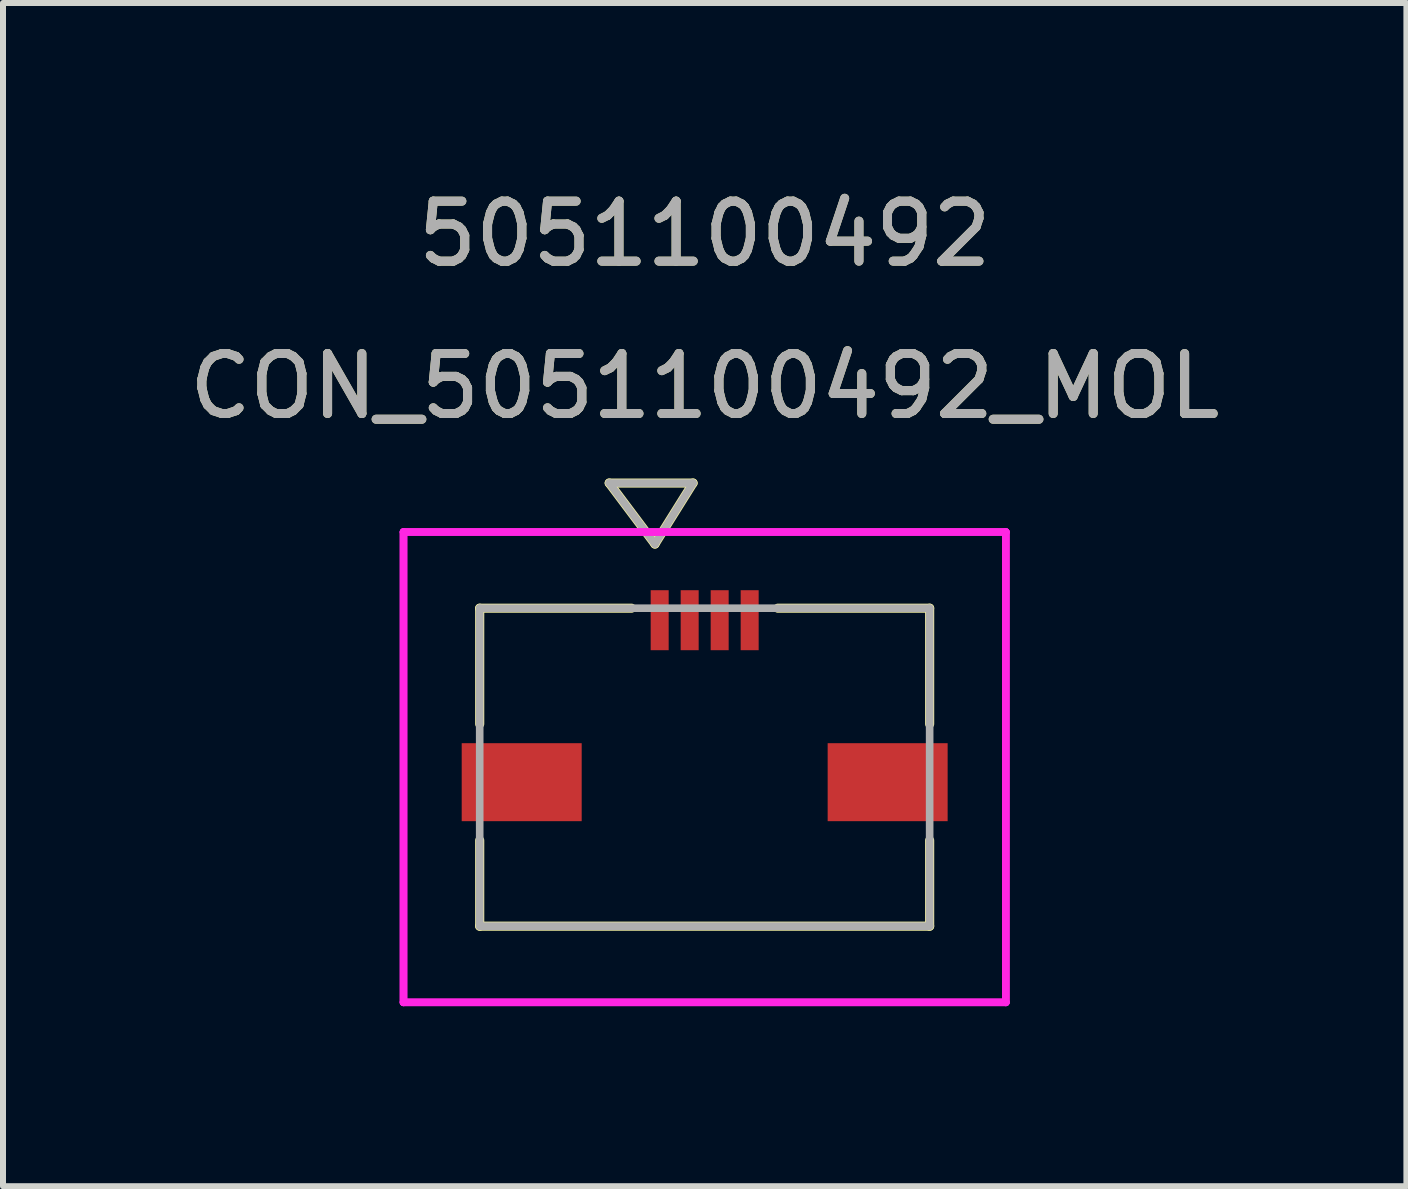
<source format=kicad_pcb>
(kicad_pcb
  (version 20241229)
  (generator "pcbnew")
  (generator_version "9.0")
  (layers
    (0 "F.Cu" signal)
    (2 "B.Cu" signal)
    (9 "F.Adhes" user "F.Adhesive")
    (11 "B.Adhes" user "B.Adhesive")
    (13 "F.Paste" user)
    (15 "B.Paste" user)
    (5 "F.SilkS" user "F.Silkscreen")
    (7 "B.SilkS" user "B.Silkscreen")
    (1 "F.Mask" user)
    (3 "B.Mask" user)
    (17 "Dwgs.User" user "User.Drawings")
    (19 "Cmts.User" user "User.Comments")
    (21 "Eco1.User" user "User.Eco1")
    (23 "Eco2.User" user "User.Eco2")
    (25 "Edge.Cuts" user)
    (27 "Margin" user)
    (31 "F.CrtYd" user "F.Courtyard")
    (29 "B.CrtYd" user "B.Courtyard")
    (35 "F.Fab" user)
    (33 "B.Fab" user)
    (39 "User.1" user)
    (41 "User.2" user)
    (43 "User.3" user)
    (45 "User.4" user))
  (footprint "CON_5051100492_MOL"
    (layer "F.Cu")
    (at 8.696 9.738)
    (property "Reference" "CON_5051100492_MOL" (at 0 -6.35 0) (unlocked yes) (layer "F.SilkS") (effects (font (size 1 1) (thickness 0.15))))
    (attr smd)
    (fp_line (start -3.75 -2.65) (end -3.75 -0.72) (stroke (width 0.152) (type solid)) (layer "F.SilkS"))
    (fp_line (start -3.75 1.22) (end -3.75 2.65) (stroke (width 0.152) (type solid)) (layer "F.SilkS"))
    (fp_line (start -3.75 2.65) (end 3.75 2.65) (stroke (width 0.152) (type solid)) (layer "F.SilkS"))
    (fp_line (start -1.591 -4.736) (end -0.829 -3.72) (stroke (width 0.152) (type solid)) (layer "F.SilkS"))
    (fp_line (start -1.591 -4.736) (end -0.194 -4.736) (stroke (width 0.152) (type solid)) (layer "F.SilkS"))
    (fp_line (start -1.22 -2.65) (end -3.75 -2.65) (stroke (width 0.152) (type solid)) (layer "F.SilkS"))
    (fp_line (start -0.194 -4.736) (end -0.829 -3.72) (stroke (width 0.152) (type solid)) (layer "F.SilkS"))
    (fp_line (start 3.75 -2.65) (end 1.22 -2.65) (stroke (width 0.152) (type solid)) (layer "F.SilkS"))
    (fp_line (start 3.75 -0.72) (end 3.75 -2.65) (stroke (width 0.152) (type solid)) (layer "F.SilkS"))
    (fp_line (start 3.75 2.65) (end 3.75 1.22) (stroke (width 0.152) (type solid)) (layer "F.SilkS"))
    (fp_line (start -5.02 -3.92) (end -5.02 3.92) (stroke (width 0.127) (type solid)) (layer "F.CrtYd"))
    (fp_line (start -5.02 -3.92) (end -5.02 3.92) (stroke (width 0.127) (type solid)) (layer "F.CrtYd"))
    (fp_line (start -5.02 3.92) (end 5.02 3.92) (stroke (width 0.127) (type solid)) (layer "F.CrtYd"))
    (fp_line (start -5.02 3.92) (end 5.02 3.92) (stroke (width 0.127) (type solid)) (layer "F.CrtYd"))
    (fp_line (start 5.02 -3.92) (end -5.02 -3.92) (stroke (width 0.127) (type solid)) (layer "F.CrtYd"))
    (fp_line (start 5.02 -3.92) (end -5.02 -3.92) (stroke (width 0.127) (type solid)) (layer "F.CrtYd"))
    (fp_line (start 5.02 3.92) (end 5.02 -3.92) (stroke (width 0.127) (type solid)) (layer "F.CrtYd"))
    (fp_line (start 5.02 3.92) (end 5.02 -3.92) (stroke (width 0.127) (type solid)) (layer "F.CrtYd"))
    (fp_line (start -3.75 -2.65) (end -3.75 2.65) (stroke (width 0.127) (type solid)) (layer "F.Fab"))
    (fp_line (start -3.75 2.65) (end 3.75 2.65) (stroke (width 0.127) (type solid)) (layer "F.Fab"))
    (fp_line (start -1.591 -4.736) (end -0.829 -3.72) (stroke (width 0.127) (type solid)) (layer "F.Fab"))
    (fp_line (start -1.591 -4.736) (end -0.194 -4.736) (stroke (width 0.127) (type solid)) (layer "F.Fab"))
    (fp_line (start -0.194 -4.736) (end -0.829 -3.72) (stroke (width 0.127) (type solid)) (layer "F.Fab"))
    (fp_line (start 3.75 -2.65) (end -3.75 -2.65) (stroke (width 0.127) (type solid)) (layer "F.Fab"))
    (fp_line (start 3.75 2.65) (end 3.75 -2.65) (stroke (width 0.127) (type solid)) (layer "F.Fab"))
    (fp_text user "5051100492" (at 0 -8.89 0) (unlocked yes) (layer "F.SilkS") (effects (font (size 1 1) (thickness 0.15))))
    (fp_text user "${REFERENCE}" (at 0 -6.35 0) (unlocked yes) (layer "F.Fab") (effects (font (size 1 1) (thickness 0.15))))
    (fp_text user "5051100492" (at 0 -8.89 0) (unlocked yes) (layer "F.Fab") (effects (font (size 1 1) (thickness 0.15))))
    (pad "1" smd rect (at -0.75 -2.45) (size 0.3 1) (layers "F.Cu" "F.Mask" "F.Paste"))
    (pad "2" smd rect (at -0.25 -2.45) (size 0.3 1) (layers "F.Cu" "F.Mask" "F.Paste"))
    (pad "3" smd rect (at 0.25 -2.45) (size 0.3 1) (layers "F.Cu" "F.Mask" "F.Paste"))
    (pad "4" smd rect (at 0.75 -2.45) (size 0.3 1) (layers "F.Cu" "F.Mask" "F.Paste"))
    (pad "P1" smd rect (at -3.05 0.25) (size 2 1.3) (layers "F.Cu" "F.Mask" "F.Paste"))
    (pad "P2" smd rect (at 3.05 0.25) (size 2 1.3) (layers "F.Cu" "F.Mask" "F.Paste")))
  (gr_rect
    (start -3 -3)
    (end 20.393 16.722)
    (stroke (width 0.1) (type default))
    (fill no)
    (layer "Edge.Cuts")))
</source>
